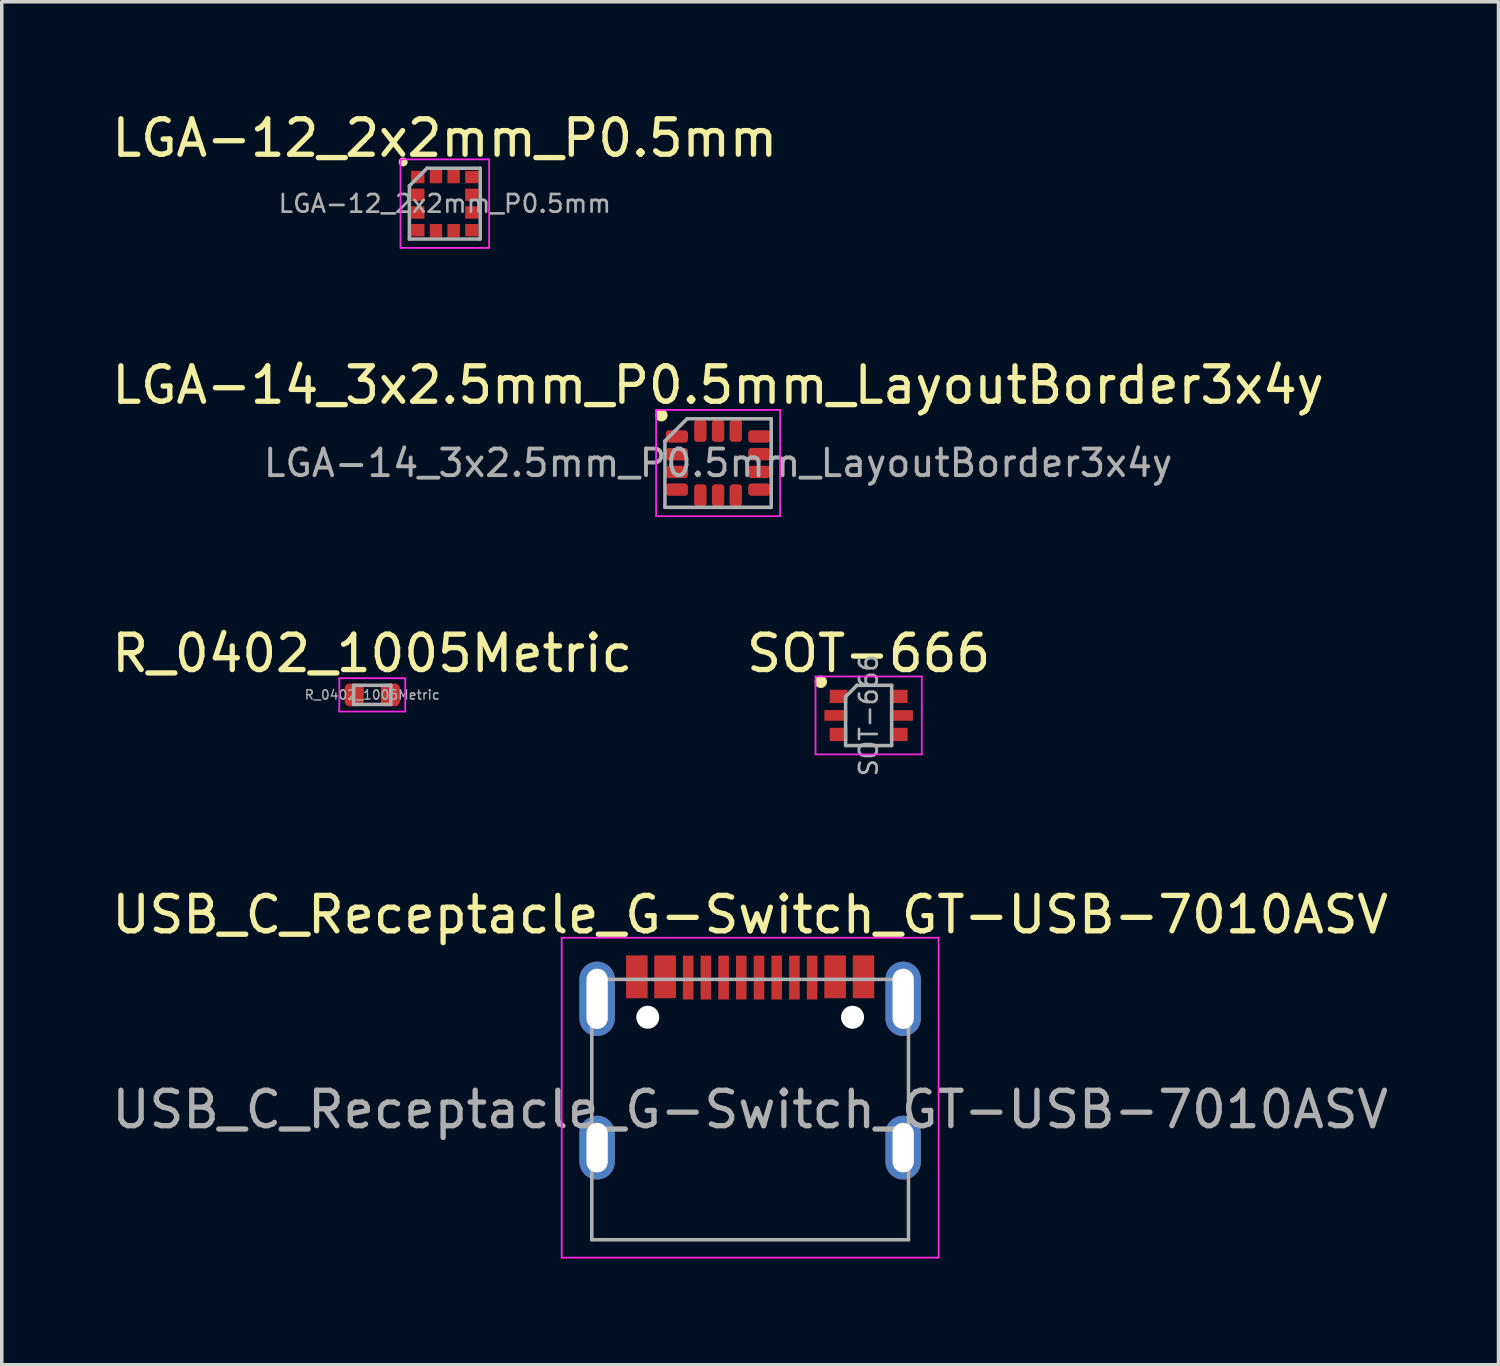
<source format=kicad_pcb>
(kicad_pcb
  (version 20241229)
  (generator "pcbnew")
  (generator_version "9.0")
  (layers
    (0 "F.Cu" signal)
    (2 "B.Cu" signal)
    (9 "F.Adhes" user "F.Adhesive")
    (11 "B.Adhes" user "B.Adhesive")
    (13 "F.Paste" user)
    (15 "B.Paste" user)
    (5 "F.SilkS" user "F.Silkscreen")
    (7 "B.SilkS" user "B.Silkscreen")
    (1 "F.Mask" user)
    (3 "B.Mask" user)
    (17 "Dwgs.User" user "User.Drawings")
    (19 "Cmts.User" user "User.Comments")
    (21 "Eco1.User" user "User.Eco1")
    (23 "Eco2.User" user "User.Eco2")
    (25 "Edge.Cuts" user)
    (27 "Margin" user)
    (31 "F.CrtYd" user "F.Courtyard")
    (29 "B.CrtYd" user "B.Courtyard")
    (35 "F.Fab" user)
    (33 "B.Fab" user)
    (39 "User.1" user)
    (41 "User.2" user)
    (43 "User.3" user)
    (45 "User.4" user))
  (footprint "LGA-14_3x2.5mm_P0.5mm_LayoutBorder3x4y"
    (layer "F.Cu")
    (at 17.22 10.021)
    (property "Reference" "LGA-14_3x2.5mm_P0.5mm_LayoutBorder3x4y" (at 0 -2.2 0) (layer "F.SilkS") (effects (font (size 1 1) (thickness 0.15))))
    (attr smd)
    (fp_circle (center -1.6 -1.35) (end -1.475 -1.35) (stroke (width 0.1) (type solid)) (fill yes) (layer "F.SilkS"))
    (fp_line (start -1.75 -1.5) (end -1.75 1.5) (stroke (width 0.05) (type solid)) (layer "F.CrtYd"))
    (fp_line (start -1.75 1.5) (end 1.75 1.5) (stroke (width 0.05) (type solid)) (layer "F.CrtYd"))
    (fp_line (start 1.75 -1.5) (end -1.75 -1.5) (stroke (width 0.05) (type solid)) (layer "F.CrtYd"))
    (fp_line (start 1.75 1.5) (end 1.75 -1.5) (stroke (width 0.05) (type solid)) (layer "F.CrtYd"))
    (fp_line (start -1.5 -0.625) (end -0.875 -1.25) (stroke (width 0.1) (type solid)) (layer "F.Fab"))
    (fp_line (start -1.5 1.25) (end -1.5 -0.625) (stroke (width 0.1) (type solid)) (layer "F.Fab"))
    (fp_line (start -0.875 -1.25) (end 1.5 -1.25) (stroke (width 0.1) (type solid)) (layer "F.Fab"))
    (fp_line (start 1.5 -1.25) (end 1.5 1.25) (stroke (width 0.1) (type solid)) (layer "F.Fab"))
    (fp_line (start 1.5 1.25) (end -1.5 1.25) (stroke (width 0.1) (type solid)) (layer "F.Fab"))
    (fp_text user "${REFERENCE}" (at 0 0 0) (layer "F.Fab") (effects (font (size 0.75 0.75) (thickness 0.11))))
    (pad "1" smd roundrect (at -1.163 -0.75) (size 0.625 0.35) (layers "F.Cu" "F.Mask" "F.Paste") (roundrect_rratio 0.25))
    (pad "2" smd roundrect (at -1.163 -0.25) (size 0.625 0.35) (layers "F.Cu" "F.Mask" "F.Paste") (roundrect_rratio 0.25))
    (pad "3" smd roundrect (at -1.163 0.25) (size 0.625 0.35) (layers "F.Cu" "F.Mask" "F.Paste") (roundrect_rratio 0.25))
    (pad "4" smd roundrect (at -1.163 0.75) (size 0.625 0.35) (layers "F.Cu" "F.Mask" "F.Paste") (roundrect_rratio 0.25))
    (pad "5" smd roundrect (at -0.5 0.912) (size 0.35 0.625) (layers "F.Cu" "F.Mask" "F.Paste") (roundrect_rratio 0.25))
    (pad "6" smd roundrect (at 0 0.912) (size 0.35 0.625) (layers "F.Cu" "F.Mask" "F.Paste") (roundrect_rratio 0.25))
    (pad "7" smd roundrect (at 0.5 0.912) (size 0.35 0.625) (layers "F.Cu" "F.Mask" "F.Paste") (roundrect_rratio 0.25))
    (pad "8" smd roundrect (at 1.163 0.75) (size 0.625 0.35) (layers "F.Cu" "F.Mask" "F.Paste") (roundrect_rratio 0.25))
    (pad "9" smd roundrect (at 1.163 0.25) (size 0.625 0.35) (layers "F.Cu" "F.Mask" "F.Paste") (roundrect_rratio 0.25))
    (pad "10" smd roundrect (at 1.163 -0.25) (size 0.625 0.35) (layers "F.Cu" "F.Mask" "F.Paste") (roundrect_rratio 0.25))
    (pad "11" smd roundrect (at 1.163 -0.75) (size 0.625 0.35) (layers "F.Cu" "F.Mask" "F.Paste") (roundrect_rratio 0.25))
    (pad "12" smd roundrect (at 0.5 -0.912) (size 0.35 0.625) (layers "F.Cu" "F.Mask" "F.Paste") (roundrect_rratio 0.25))
    (pad "13" smd roundrect (at 0 -0.912) (size 0.35 0.625) (layers "F.Cu" "F.Mask" "F.Paste") (roundrect_rratio 0.25))
    (pad "14" smd roundrect (at -0.5 -0.912) (size 0.35 0.625) (layers "F.Cu" "F.Mask" "F.Paste") (roundrect_rratio 0.25)))
  (footprint "SOT-666"
    (layer "F.Cu")
    (at 21.47 17.145)
    (property "Reference" "SOT-666" (at 0 -1.75 0) (layer "F.SilkS") (effects (font (size 1 1) (thickness 0.15))))
    (attr smd)
    (fp_circle (center -1.35 -0.95) (end -1.225 -0.95) (stroke (width 0.1) (type solid)) (fill yes) (layer "F.SilkS"))
    (fp_line (start -1.5 -1.1) (end -1.5 1.1) (stroke (width 0.05) (type solid)) (layer "F.CrtYd"))
    (fp_line (start -1.5 -1.1) (end 1.5 -1.1) (stroke (width 0.05) (type solid)) (layer "F.CrtYd"))
    (fp_line (start -1.5 1.1) (end 1.5 1.1) (stroke (width 0.05) (type solid)) (layer "F.CrtYd"))
    (fp_line (start 1.5 1.1) (end 1.5 -1.1) (stroke (width 0.05) (type solid)) (layer "F.CrtYd"))
    (fp_line (start -0.65 -0.53) (end -0.65 0.85) (stroke (width 0.1) (type solid)) (layer "F.Fab"))
    (fp_line (start -0.65 -0.53) (end -0.33 -0.85) (stroke (width 0.1) (type solid)) (layer "F.Fab"))
    (fp_line (start 0.65 -0.85) (end -0.33 -0.85) (stroke (width 0.1) (type solid)) (layer "F.Fab"))
    (fp_line (start 0.65 -0.85) (end 0.65 0.85) (stroke (width 0.1) (type solid)) (layer "F.Fab"))
    (fp_line (start 0.65 0.85) (end -0.65 0.85) (stroke (width 0.1) (type solid)) (layer "F.Fab"))
    (fp_text user "${REFERENCE}" (at 0 0 90) (layer "F.Fab") (effects (font (size 0.5 0.5) (thickness 0.075))))
    (pad "1" smd rect (at -0.85 -0.537) (size 0.5 0.375) (layers "F.Cu" "F.Mask" "F.Paste"))
    (pad "2" smd rect (at -0.925 0) (size 0.65 0.3) (layers "F.Cu" "F.Mask" "F.Paste"))
    (pad "3" smd rect (at -0.85 0.537) (size 0.5 0.375) (layers "F.Cu" "F.Mask" "F.Paste"))
    (pad "4" smd rect (at 0.85 0.537) (size 0.5 0.375) (layers "F.Cu" "F.Mask" "F.Paste"))
    (pad "5" smd rect (at 0.925 0) (size 0.65 0.3) (layers "F.Cu" "F.Mask" "F.Paste"))
    (pad "6" smd rect (at 0.85 -0.537) (size 0.5 0.375) (layers "F.Cu" "F.Mask" "F.Paste")))
  (footprint "USB_C_Receptacle_G-Switch_GT-USB-7010ASV"
    (layer "F.Cu")
    (at 18.125 28.27)
    (property "Reference" "USB_C_Receptacle_G-Switch_GT-USB-7010ASV" (at 0 -5.5 0) (layer "F.SilkS") (effects (font (size 1 1) (thickness 0.15))))
    (attr smd)
    (fp_line (start -5.32 -4.85) (end 5.32 -4.85) (stroke (width 0.05) (type solid)) (layer "F.CrtYd"))
    (fp_line (start -5.32 4.18) (end -5.32 -4.85) (stroke (width 0.05) (type solid)) (layer "F.CrtYd"))
    (fp_line (start 5.32 -4.85) (end 5.32 4.18) (stroke (width 0.05) (type solid)) (layer "F.CrtYd"))
    (fp_line (start 5.32 4.18) (end -5.32 4.18) (stroke (width 0.05) (type solid)) (layer "F.CrtYd"))
    (fp_line (start -4.47 -3.675) (end -4.47 3.675) (stroke (width 0.1) (type solid)) (layer "F.Fab"))
    (fp_line (start -4.47 -3.675) (end 4.47 -3.675) (stroke (width 0.1) (type solid)) (layer "F.Fab"))
    (fp_line (start -4.47 3.675) (end 4.47 3.675) (stroke (width 0.1) (type solid)) (layer "F.Fab"))
    (fp_line (start 4.47 3.675) (end 4.47 -3.675) (stroke (width 0.1) (type solid)) (layer "F.Fab"))
    (fp_text user "${REFERENCE}" (at 0 0 0) (layer "F.Fab") (effects (font (size 1 1) (thickness 0.15))))
    (pad "" np_thru_hole circle (at -2.89 -2.605) (size 0.65 0.65) (drill 0.65) (layers "*.Cu" "*.Mask"))
    (pad "" np_thru_hole circle (at 2.89 -2.605) (size 0.65 0.65) (drill 0.65) (layers "*.Cu" "*.Mask"))
    (pad "A1" smd rect (at -3.2 -3.745) (size 0.6 1.2) (layers "F.Cu" "F.Mask" "F.Paste"))
    (pad "A4" smd rect (at -2.4 -3.745) (size 0.6 1.2) (layers "F.Cu" "F.Mask" "F.Paste"))
    (pad "A5" smd rect (at -1.25 -3.725) (size 0.3 1.24) (layers "F.Cu" "F.Mask" "F.Paste"))
    (pad "A6" smd rect (at -0.25 -3.725) (size 0.3 1.24) (layers "F.Cu" "F.Mask" "F.Paste"))
    (pad "A7" smd rect (at 0.25 -3.725) (size 0.3 1.24) (layers "F.Cu" "F.Mask" "F.Paste"))
    (pad "A8" smd rect (at 1.25 -3.725) (size 0.3 1.24) (layers "F.Cu" "F.Mask" "F.Paste"))
    (pad "A9" smd rect (at 2.4 -3.745) (size 0.6 1.2) (layers "F.Cu" "F.Mask" "F.Paste"))
    (pad "A12" smd rect (at 3.2 -3.745) (size 0.6 1.2) (layers "F.Cu" "F.Mask" "F.Paste"))
    (pad "B1" smd rect (at 3.2 -3.745) (size 0.6 1.2) (layers "F.Cu" "F.Mask" "F.Paste"))
    (pad "B4" smd rect (at 2.4 -3.745) (size 0.6 1.2) (layers "F.Cu" "F.Mask" "F.Paste"))
    (pad "B5" smd rect (at 1.75 -3.725) (size 0.3 1.24) (layers "F.Cu" "F.Mask" "F.Paste"))
    (pad "B6" smd rect (at 0.75 -3.725) (size 0.3 1.24) (layers "F.Cu" "F.Mask" "F.Paste"))
    (pad "B7" smd rect (at -0.75 -3.725) (size 0.3 1.24) (layers "F.Cu" "F.Mask" "F.Paste"))
    (pad "B8" smd rect (at -1.75 -3.725) (size 0.3 1.24) (layers "F.Cu" "F.Mask" "F.Paste"))
    (pad "B9" smd rect (at -2.4 -3.745) (size 0.6 1.2) (layers "F.Cu" "F.Mask" "F.Paste"))
    (pad "B12" smd rect (at -3.2 -3.745) (size 0.6 1.2) (layers "F.Cu" "F.Mask" "F.Paste"))
    (pad "S1" thru_hole oval (at -4.32 -3.125) (size 1 2.1) (drill oval 0.6 1.7) (layers "*.Cu" "*.Mask"))
    (pad "S1" thru_hole oval (at -4.32 1.075) (size 1 1.8) (drill oval 0.6 1.4) (layers "*.Cu" "*.Mask"))
    (pad "S1" thru_hole oval (at 4.32 -3.125) (size 1 2.1) (drill oval 0.6 1.7) (layers "*.Cu" "*.Mask"))
    (pad "S1" thru_hole oval (at 4.32 1.075) (size 1 1.8) (drill oval 0.6 1.4) (layers "*.Cu" "*.Mask")))
  (footprint "R_0402_1005Metric"
    (layer "F.Cu")
    (at 7.458 16.565)
    (property "Reference" "R_0402_1005Metric" (at 0 -1.17 0) (layer "F.SilkS") (effects (font (size 1 1) (thickness 0.15))))
    (attr smd)
    (fp_line (start -0.93 -0.47) (end 0.93 -0.47) (stroke (width 0.05) (type solid)) (layer "F.CrtYd"))
    (fp_line (start -0.93 0.47) (end -0.93 -0.47) (stroke (width 0.05) (type solid)) (layer "F.CrtYd"))
    (fp_line (start 0.93 -0.47) (end 0.93 0.47) (stroke (width 0.05) (type solid)) (layer "F.CrtYd"))
    (fp_line (start 0.93 0.47) (end -0.93 0.47) (stroke (width 0.05) (type solid)) (layer "F.CrtYd"))
    (fp_line (start -0.525 -0.27) (end 0.525 -0.27) (stroke (width 0.1) (type solid)) (layer "F.Fab"))
    (fp_line (start -0.525 0.27) (end -0.525 -0.27) (stroke (width 0.1) (type solid)) (layer "F.Fab"))
    (fp_line (start 0.525 -0.27) (end 0.525 0.27) (stroke (width 0.1) (type solid)) (layer "F.Fab"))
    (fp_line (start 0.525 0.27) (end -0.525 0.27) (stroke (width 0.1) (type solid)) (layer "F.Fab"))
    (fp_text user "${REFERENCE}" (at 0 0 0) (layer "F.Fab") (effects (font (size 0.26 0.26) (thickness 0.04))))
    (pad "1" smd roundrect (at -0.51 0) (size 0.54 0.64) (layers "F.Cu" "F.Mask" "F.Paste") (roundrect_rratio 0.25))
    (pad "2" smd roundrect (at 0.51 0) (size 0.54 0.64) (layers "F.Cu" "F.Mask" "F.Paste") (roundrect_rratio 0.25)))
  (footprint "LGA-12_2x2mm_P0.5mm"
    (layer "F.Cu")
    (at 9.506 2.698)
    (property "Reference" "LGA-12_2x2mm_P0.5mm" (at 0 -1.85 0) (layer "F.SilkS") (effects (font (size 1 1) (thickness 0.15))))
    (attr smd)
    (fp_circle (center -1.175 -1.175) (end -1.1 -1.175) (stroke (width 0.1) (type solid)) (fill yes) (layer "F.SilkS"))
    (fp_line (start -1.25 -1.25) (end 1.25 -1.25) (stroke (width 0.05) (type solid)) (layer "F.CrtYd"))
    (fp_line (start -1.25 1.25) (end -1.25 -1.25) (stroke (width 0.05) (type solid)) (layer "F.CrtYd"))
    (fp_line (start 1.25 -1.25) (end 1.25 1.25) (stroke (width 0.05) (type solid)) (layer "F.CrtYd"))
    (fp_line (start 1.25 1.25) (end -1.25 1.25) (stroke (width 0.05) (type solid)) (layer "F.CrtYd"))
    (fp_line (start -1 -0.5) (end -0.5 -1) (stroke (width 0.1) (type solid)) (layer "F.Fab"))
    (fp_line (start -1 1) (end -1 -0.5) (stroke (width 0.1) (type solid)) (layer "F.Fab"))
    (fp_line (start -0.5 -1) (end 1 -1) (stroke (width 0.1) (type solid)) (layer "F.Fab"))
    (fp_line (start 1 -1) (end 1 1) (stroke (width 0.1) (type solid)) (layer "F.Fab"))
    (fp_line (start 1 1) (end -1 1) (stroke (width 0.1) (type solid)) (layer "F.Fab"))
    (fp_text user "${REFERENCE}" (at 0 0 0) (layer "F.Fab") (effects (font (size 0.5 0.5) (thickness 0.075))))
    (pad "1" smd rect (at -0.762 -0.75) (size 0.375 0.35) (layers "F.Cu" "F.Mask" "F.Paste"))
    (pad "2" smd rect (at -0.762 -0.25) (size 0.375 0.35) (layers "F.Cu" "F.Mask" "F.Paste"))
    (pad "3" smd rect (at -0.762 0.25) (size 0.375 0.35) (layers "F.Cu" "F.Mask" "F.Paste"))
    (pad "4" smd rect (at -0.762 0.75) (size 0.375 0.35) (layers "F.Cu" "F.Mask" "F.Paste"))
    (pad "5" smd rect (at -0.25 0.762 90) (size 0.375 0.35) (layers "F.Cu" "F.Mask" "F.Paste"))
    (pad "6" smd rect (at 0.25 0.762 90) (size 0.375 0.35) (layers "F.Cu" "F.Mask" "F.Paste"))
    (pad "7" smd rect (at 0.762 0.75) (size 0.375 0.35) (layers "F.Cu" "F.Mask" "F.Paste"))
    (pad "8" smd rect (at 0.762 0.25) (size 0.375 0.35) (layers "F.Cu" "F.Mask" "F.Paste"))
    (pad "9" smd rect (at 0.762 -0.25) (size 0.375 0.35) (layers "F.Cu" "F.Mask" "F.Paste"))
    (pad "10" smd rect (at 0.762 -0.75) (size 0.375 0.35) (layers "F.Cu" "F.Mask" "F.Paste"))
    (pad "11" smd rect (at 0.25 -0.762 90) (size 0.375 0.35) (layers "F.Cu" "F.Mask" "F.Paste"))
    (pad "12" smd rect (at -0.25 -0.762 90) (size 0.375 0.35) (layers "F.Cu" "F.Mask" "F.Paste")))
  (gr_rect
    (start -3 -3)
    (end 39.25 35.475)
    (stroke (width 0.1) (type default))
    (fill no)
    (layer "Edge.Cuts")))
</source>
